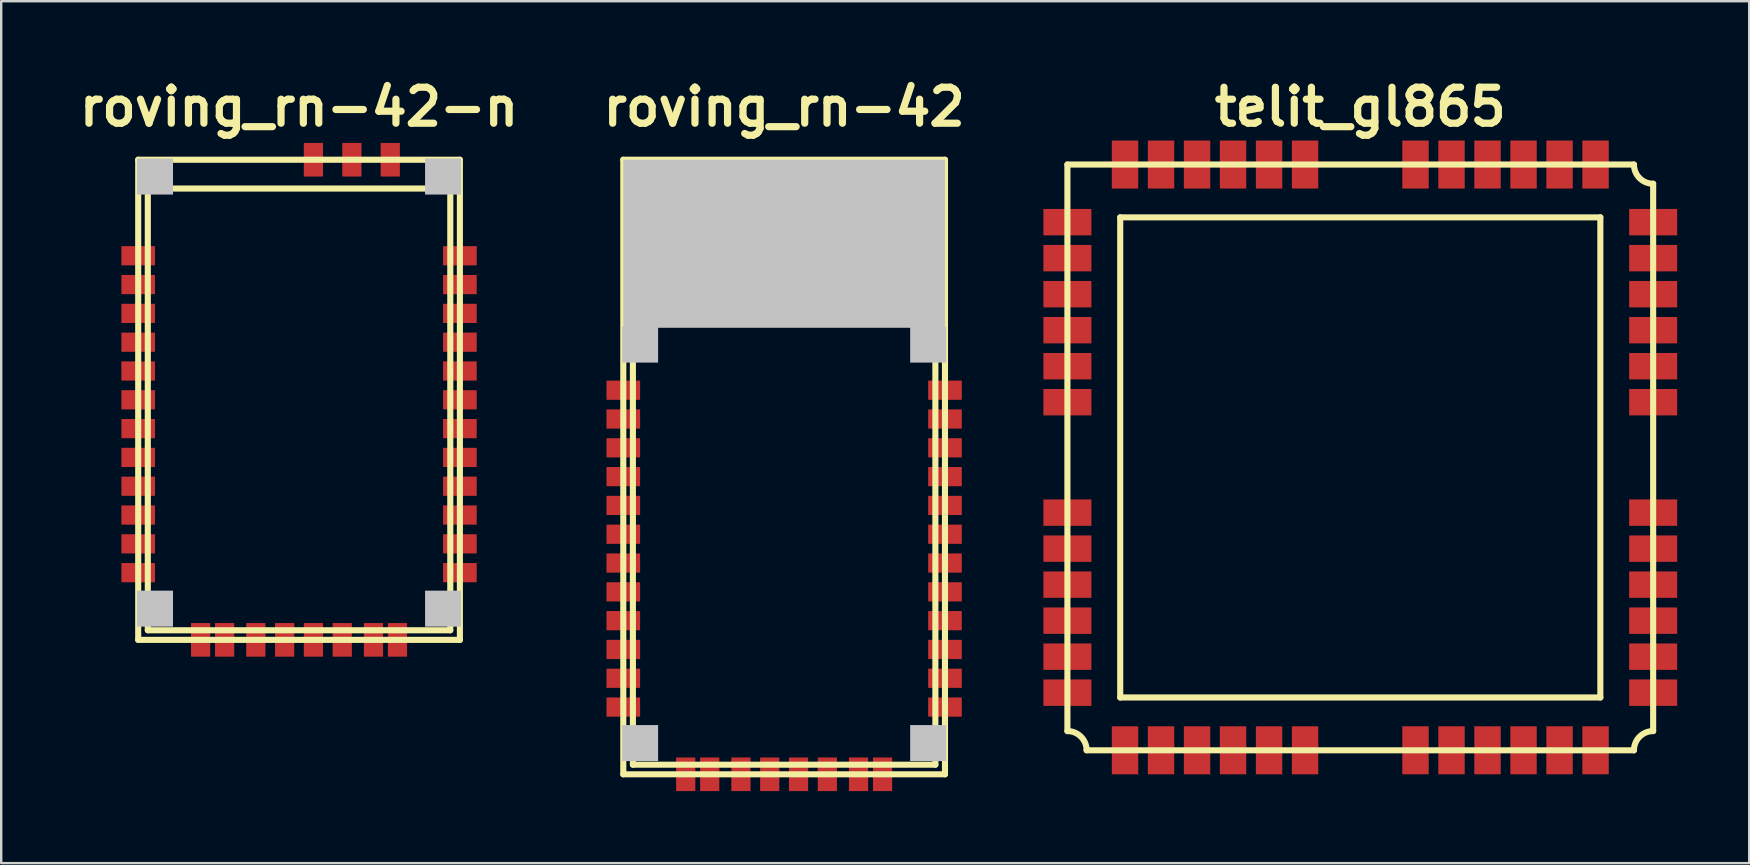
<source format=kicad_pcb>
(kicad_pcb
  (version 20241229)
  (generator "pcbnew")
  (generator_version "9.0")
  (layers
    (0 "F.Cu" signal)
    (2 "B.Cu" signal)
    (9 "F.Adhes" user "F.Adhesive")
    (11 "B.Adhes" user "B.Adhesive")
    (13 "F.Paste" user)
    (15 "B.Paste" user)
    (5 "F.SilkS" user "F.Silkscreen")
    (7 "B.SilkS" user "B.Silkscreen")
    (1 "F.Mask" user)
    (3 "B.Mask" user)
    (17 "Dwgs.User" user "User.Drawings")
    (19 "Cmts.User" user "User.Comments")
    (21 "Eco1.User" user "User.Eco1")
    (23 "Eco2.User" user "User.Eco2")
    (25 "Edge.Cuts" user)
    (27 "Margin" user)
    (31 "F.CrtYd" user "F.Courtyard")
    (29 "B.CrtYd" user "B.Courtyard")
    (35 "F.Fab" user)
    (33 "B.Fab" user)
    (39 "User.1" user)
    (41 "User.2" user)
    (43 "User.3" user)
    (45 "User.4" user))
  (footprint "roving_rn-42-n"
    (layer "F.Cu")
    (at 9.407 13.604)
    (property "Reference" "roving_rn-42-n" (at 0 -12.2 0) (layer "F.SilkS") (effects (font (size 1.5 1.5) (thickness 0.3))))
    (attr smd)
    (fp_line (start -6.7 -10) (end -6.7 10) (stroke (width 0.254) (type solid)) (layer "F.SilkS"))
    (fp_line (start -6.7 -10) (end 6.7 -10) (stroke (width 0.254) (type solid)) (layer "F.SilkS"))
    (fp_line (start -6.7 10) (end 6.7 10) (stroke (width 0.254) (type solid)) (layer "F.SilkS"))
    (fp_line (start -6.3 -8.8) (end -6.3 9.6) (stroke (width 0.254) (type solid)) (layer "F.SilkS"))
    (fp_line (start -6.3 -8.8) (end 6.3 -8.8) (stroke (width 0.254) (type solid)) (layer "F.SilkS"))
    (fp_line (start -6.3 9.6) (end 6.3 9.6) (stroke (width 0.254) (type solid)) (layer "F.SilkS"))
    (fp_line (start 6.3 -8.8) (end 6.3 9.6) (stroke (width 0.254) (type solid)) (layer "F.SilkS"))
    (fp_line (start 6.7 -10) (end 6.7 10) (stroke (width 0.254) (type solid)) (layer "F.SilkS"))
    (pad "" smd rect (at -6 -9.3) (size 1.5 1.5) (layers "Dwgs.User"))
    (pad "" smd rect (at -6 8.7) (size 1.5 1.5) (layers "Dwgs.User"))
    (pad "" smd rect (at 6 -9.3) (size 1.5 1.5) (layers "Dwgs.User"))
    (pad "" smd rect (at 6 8.7) (size 1.5 1.5) (layers "Dwgs.User"))
    (pad "1" smd rect (at -6.7 -6) (size 1.4 0.8) (layers "F.Cu" "F.Mask" "F.Paste"))
    (pad "2" smd rect (at -6.7 -4.8) (size 1.4 0.8) (layers "F.Cu" "F.Mask" "F.Paste"))
    (pad "3" smd rect (at -6.7 -3.6) (size 1.4 0.8) (layers "F.Cu" "F.Mask" "F.Paste"))
    (pad "4" smd rect (at -6.7 -2.4) (size 1.4 0.8) (layers "F.Cu" "F.Mask" "F.Paste"))
    (pad "5" smd rect (at -6.7 -1.2) (size 1.4 0.8) (layers "F.Cu" "F.Mask" "F.Paste"))
    (pad "6" smd rect (at -6.7 0) (size 1.4 0.8) (layers "F.Cu" "F.Mask" "F.Paste"))
    (pad "7" smd rect (at -6.7 1.2) (size 1.4 0.8) (layers "F.Cu" "F.Mask" "F.Paste"))
    (pad "8" smd rect (at -6.7 2.4) (size 1.4 0.8) (layers "F.Cu" "F.Mask" "F.Paste"))
    (pad "9" smd rect (at -6.7 3.6) (size 1.4 0.8) (layers "F.Cu" "F.Mask" "F.Paste"))
    (pad "10" smd rect (at -6.7 4.8) (size 1.4 0.8) (layers "F.Cu" "F.Mask" "F.Paste"))
    (pad "11" smd rect (at -6.7 6) (size 1.4 0.8) (layers "F.Cu" "F.Mask" "F.Paste"))
    (pad "12" smd rect (at -6.7 7.2) (size 1.4 0.8) (layers "F.Cu" "F.Mask" "F.Paste"))
    (pad "13" smd rect (at 6.7 7.2) (size 1.4 0.8) (layers "F.Cu" "F.Mask" "F.Paste"))
    (pad "14" smd rect (at 6.7 6) (size 1.4 0.8) (layers "F.Cu" "F.Mask" "F.Paste"))
    (pad "15" smd rect (at 6.7 4.8) (size 1.4 0.8) (layers "F.Cu" "F.Mask" "F.Paste"))
    (pad "16" smd rect (at 6.7 3.6) (size 1.4 0.8) (layers "F.Cu" "F.Mask" "F.Paste"))
    (pad "17" smd rect (at 6.7 2.4) (size 1.4 0.8) (layers "F.Cu" "F.Mask" "F.Paste"))
    (pad "18" smd rect (at 6.7 1.2) (size 1.4 0.8) (layers "F.Cu" "F.Mask" "F.Paste"))
    (pad "19" smd rect (at 6.7 0) (size 1.4 0.8) (layers "F.Cu" "F.Mask" "F.Paste"))
    (pad "20" smd rect (at 6.7 -1.2) (size 1.4 0.8) (layers "F.Cu" "F.Mask" "F.Paste"))
    (pad "21" smd rect (at 6.7 -2.4) (size 1.4 0.8) (layers "F.Cu" "F.Mask" "F.Paste"))
    (pad "22" smd rect (at 6.7 -3.6) (size 1.4 0.8) (layers "F.Cu" "F.Mask" "F.Paste"))
    (pad "23" smd rect (at 6.7 -4.8) (size 1.4 0.8) (layers "F.Cu" "F.Mask" "F.Paste"))
    (pad "24" smd rect (at 6.7 -6) (size 1.4 0.8) (layers "F.Cu" "F.Mask" "F.Paste"))
    (pad "25" smd rect (at 3.8 -10) (size 0.8 1.4) (layers "F.Cu" "F.Mask" "F.Paste"))
    (pad "26" smd rect (at 2.2 -10) (size 0.8 1.4) (layers "F.Cu" "F.Mask" "F.Paste"))
    (pad "27" smd rect (at 0.6 -10) (size 0.8 1.4) (layers "F.Cu" "F.Mask" "F.Paste"))
    (pad "28" smd rect (at 3.1 10) (size 0.8 1.4) (layers "F.Cu" "F.Mask" "F.Paste"))
    (pad "29" smd rect (at -3.1 10) (size 0.8 1.4) (layers "F.Cu" "F.Mask" "F.Paste"))
    (pad "30" smd rect (at 4.1 10) (size 0.8 1.4) (layers "F.Cu" "F.Mask" "F.Paste"))
    (pad "31" smd rect (at 1.8 10) (size 0.8 1.4) (layers "F.Cu" "F.Mask" "F.Paste"))
    (pad "32" smd rect (at 0.6 10) (size 0.8 1.4) (layers "F.Cu" "F.Mask" "F.Paste"))
    (pad "33" smd rect (at -0.6 10) (size 0.8 1.4) (layers "F.Cu" "F.Mask" "F.Paste"))
    (pad "34" smd rect (at -1.8 10) (size 0.8 1.4) (layers "F.Cu" "F.Mask" "F.Paste"))
    (pad "35" smd rect (at -4.1 10) (size 0.8 1.4) (layers "F.Cu" "F.Mask" "F.Paste")))
  (footprint "roving_rn-42"
    (layer "F.Cu")
    (at 29.614 16.404)
    (property "Reference" "roving_rn-42" (at 0 -15 0) (layer "F.SilkS") (effects (font (size 1.5 1.5) (thickness 0.3))))
    (attr smd)
    (fp_line (start -6.7 -12.8) (end -6.7 12.8) (stroke (width 0.254) (type solid)) (layer "F.SilkS"))
    (fp_line (start -6.7 -12.8) (end 6.7 -12.8) (stroke (width 0.254) (type solid)) (layer "F.SilkS"))
    (fp_line (start -6.7 12.8) (end 6.7 12.8) (stroke (width 0.254) (type solid)) (layer "F.SilkS"))
    (fp_line (start -6.3 -6) (end -6.3 12.4) (stroke (width 0.254) (type solid)) (layer "F.SilkS"))
    (fp_line (start -6.3 -6) (end 6.3 -6) (stroke (width 0.254) (type solid)) (layer "F.SilkS"))
    (fp_line (start -6.3 12.4) (end 6.3 12.4) (stroke (width 0.254) (type solid)) (layer "F.SilkS"))
    (fp_line (start -4 -12) (end -6 -12) (stroke (width 0.254) (type solid)) (layer "F.SilkS"))
    (fp_line (start -4 -12) (end -4 -7.8) (stroke (width 0.254) (type solid)) (layer "F.SilkS"))
    (fp_line (start -2.9 -12) (end -2.9 -7.8) (stroke (width 0.254) (type solid)) (layer "F.SilkS"))
    (fp_line (start -2.9 -7.8) (end -4 -7.8) (stroke (width 0.254) (type solid)) (layer "F.SilkS"))
    (fp_line (start -1.8 -12) (end -2.9 -12) (stroke (width 0.254) (type solid)) (layer "F.SilkS"))
    (fp_line (start -1.8 -12) (end -1.8 -7.8) (stroke (width 0.254) (type solid)) (layer "F.SilkS"))
    (fp_line (start -0.7 -12) (end -0.7 -7.8) (stroke (width 0.254) (type solid)) (layer "F.SilkS"))
    (fp_line (start -0.7 -7.8) (end -1.8 -7.8) (stroke (width 0.254) (type solid)) (layer "F.SilkS"))
    (fp_line (start 0.4 -12) (end -0.7 -12) (stroke (width 0.254) (type solid)) (layer "F.SilkS"))
    (fp_line (start 0.4 -12) (end 0.4 -7.8) (stroke (width 0.254) (type solid)) (layer "F.SilkS"))
    (fp_line (start 1.5 -12) (end 1.5 -7.8) (stroke (width 0.254) (type solid)) (layer "F.SilkS"))
    (fp_line (start 1.5 -7.8) (end 0.4 -7.8) (stroke (width 0.254) (type solid)) (layer "F.SilkS"))
    (fp_line (start 2.6 -12) (end 1.5 -12) (stroke (width 0.254) (type solid)) (layer "F.SilkS"))
    (fp_line (start 2.6 -12) (end 2.6 -7.8) (stroke (width 0.254) (type solid)) (layer "F.SilkS"))
    (fp_line (start 3.7 -12) (end 3.7 -7.8) (stroke (width 0.254) (type solid)) (layer "F.SilkS"))
    (fp_line (start 3.7 -7.8) (end 2.6 -7.8) (stroke (width 0.254) (type solid)) (layer "F.SilkS"))
    (fp_line (start 4.8 -12) (end 3.7 -12) (stroke (width 0.254) (type solid)) (layer "F.SilkS"))
    (fp_line (start 4.8 -6) (end 4.8 -12) (stroke (width 0.254) (type solid)) (layer "F.SilkS"))
    (fp_line (start 6.3 -6) (end 6.3 12.4) (stroke (width 0.254) (type solid)) (layer "F.SilkS"))
    (fp_line (start 6.7 -12.8) (end 6.7 12.8) (stroke (width 0.254) (type solid)) (layer "F.SilkS"))
    (pad "" smd rect (at -6 -5.1) (size 1.5 1.5) (layers "Dwgs.User"))
    (pad "" smd rect (at -6 11.5) (size 1.5 1.5) (layers "Dwgs.User"))
    (pad "" smd rect (at 0 -9.3) (size 13.4 7) (layers "Dwgs.User"))
    (pad "" smd rect (at 6 -5.1) (size 1.5 1.5) (layers "Dwgs.User"))
    (pad "" smd rect (at 6 11.5) (size 1.5 1.5) (layers "Dwgs.User"))
    (pad "1" smd rect (at -6.7 -3.2) (size 1.4 0.8) (layers "F.Cu" "F.Mask" "F.Paste"))
    (pad "2" smd rect (at -6.7 -2) (size 1.4 0.8) (layers "F.Cu" "F.Mask" "F.Paste"))
    (pad "3" smd rect (at -6.7 -0.8) (size 1.4 0.8) (layers "F.Cu" "F.Mask" "F.Paste"))
    (pad "4" smd rect (at -6.7 0.4) (size 1.4 0.8) (layers "F.Cu" "F.Mask" "F.Paste"))
    (pad "5" smd rect (at -6.7 1.6) (size 1.4 0.8) (layers "F.Cu" "F.Mask" "F.Paste"))
    (pad "6" smd rect (at -6.7 2.8) (size 1.4 0.8) (layers "F.Cu" "F.Mask" "F.Paste"))
    (pad "7" smd rect (at -6.7 4) (size 1.4 0.8) (layers "F.Cu" "F.Mask" "F.Paste"))
    (pad "8" smd rect (at -6.7 5.2) (size 1.4 0.8) (layers "F.Cu" "F.Mask" "F.Paste"))
    (pad "9" smd rect (at -6.7 6.4) (size 1.4 0.8) (layers "F.Cu" "F.Mask" "F.Paste"))
    (pad "10" smd rect (at -6.7 7.6) (size 1.4 0.8) (layers "F.Cu" "F.Mask" "F.Paste"))
    (pad "11" smd rect (at -6.7 8.8) (size 1.4 0.8) (layers "F.Cu" "F.Mask" "F.Paste"))
    (pad "12" smd rect (at -6.7 10) (size 1.4 0.8) (layers "F.Cu" "F.Mask" "F.Paste"))
    (pad "13" smd rect (at 6.7 10) (size 1.4 0.8) (layers "F.Cu" "F.Mask" "F.Paste"))
    (pad "14" smd rect (at 6.7 8.8) (size 1.4 0.8) (layers "F.Cu" "F.Mask" "F.Paste"))
    (pad "15" smd rect (at 6.7 7.6) (size 1.4 0.8) (layers "F.Cu" "F.Mask" "F.Paste"))
    (pad "16" smd rect (at 6.7 6.4) (size 1.4 0.8) (layers "F.Cu" "F.Mask" "F.Paste"))
    (pad "17" smd rect (at 6.7 5.2) (size 1.4 0.8) (layers "F.Cu" "F.Mask" "F.Paste"))
    (pad "18" smd rect (at 6.7 4) (size 1.4 0.8) (layers "F.Cu" "F.Mask" "F.Paste"))
    (pad "19" smd rect (at 6.7 2.8) (size 1.4 0.8) (layers "F.Cu" "F.Mask" "F.Paste"))
    (pad "20" smd rect (at 6.7 1.6) (size 1.4 0.8) (layers "F.Cu" "F.Mask" "F.Paste"))
    (pad "21" smd rect (at 6.7 0.4) (size 1.4 0.8) (layers "F.Cu" "F.Mask" "F.Paste"))
    (pad "22" smd rect (at 6.7 -0.8) (size 1.4 0.8) (layers "F.Cu" "F.Mask" "F.Paste"))
    (pad "23" smd rect (at 6.7 -2) (size 1.4 0.8) (layers "F.Cu" "F.Mask" "F.Paste"))
    (pad "24" smd rect (at 6.7 -3.2) (size 1.4 0.8) (layers "F.Cu" "F.Mask" "F.Paste"))
    (pad "28" smd rect (at 3.1 12.8) (size 0.8 1.4) (layers "F.Cu" "F.Mask" "F.Paste"))
    (pad "29" smd rect (at -3.1 12.8) (size 0.8 1.4) (layers "F.Cu" "F.Mask" "F.Paste"))
    (pad "30" smd rect (at 4.1 12.8) (size 0.8 1.4) (layers "F.Cu" "F.Mask" "F.Paste"))
    (pad "31" smd rect (at 1.8 12.8) (size 0.8 1.4) (layers "F.Cu" "F.Mask" "F.Paste"))
    (pad "32" smd rect (at 0.6 12.8) (size 0.8 1.4) (layers "F.Cu" "F.Mask" "F.Paste"))
    (pad "33" smd rect (at -0.6 12.8) (size 0.8 1.4) (layers "F.Cu" "F.Mask" "F.Paste"))
    (pad "34" smd rect (at -1.8 12.8) (size 0.8 1.4) (layers "F.Cu" "F.Mask" "F.Paste"))
    (pad "35" smd rect (at -4.1 12.8) (size 0.8 1.4) (layers "F.Cu" "F.Mask" "F.Paste")))
  (footprint "telit_gl865"
    (layer "F.Cu")
    (at 53.614 16.004)
    (property "Reference" "telit_gl865" (at 0 -14.6 0) (layer "F.SilkS") (effects (font (size 1.5 1.5) (thickness 0.3))))
    (attr smd)
    (fp_line (start -12.2 -12.2) (end 11.4 -12.2) (stroke (width 0.254) (type solid)) (layer "F.SilkS"))
    (fp_line (start -12.2 11.4) (end -12.2 -12.2) (stroke (width 0.254) (type solid)) (layer "F.SilkS"))
    (fp_line (start -10 -10) (end 10 -10) (stroke (width 0.254) (type solid)) (layer "F.SilkS"))
    (fp_line (start -10 10) (end -10 -10) (stroke (width 0.254) (type solid)) (layer "F.SilkS"))
    (fp_line (start 10 -10) (end 10 10) (stroke (width 0.254) (type solid)) (layer "F.SilkS"))
    (fp_line (start 10 10) (end -10 10) (stroke (width 0.254) (type solid)) (layer "F.SilkS"))
    (fp_line (start 11.4 12.2) (end -11.4 12.2) (stroke (width 0.254) (type solid)) (layer "F.SilkS"))
    (fp_line (start 12.2 -11.4) (end 12.2 11.4) (stroke (width 0.254) (type solid)) (layer "F.SilkS"))
    (fp_arc (start -12.2 11.4) (mid -11.634315 11.634315) (end -11.4 12.2) (stroke (width 0.254) (type solid)) (layer "F.SilkS"))
    (fp_arc (start 11.4 12.2) (mid 11.634315 11.634315) (end 12.2 11.4) (stroke (width 0.254) (type solid)) (layer "F.SilkS"))
    (fp_arc (start 12.2 -11.4) (mid 11.634315 -11.634315) (end 11.4 -12.2) (stroke (width 0.254) (type solid)) (layer "F.SilkS"))
    (pad "1" smd rect (at -12.2 -9.8) (size 2 1.1) (layers "F.Cu" "F.Mask" "F.Paste"))
    (pad "2" smd rect (at -12.2 -8.3) (size 2 1.1) (layers "F.Cu" "F.Mask" "F.Paste"))
    (pad "3" smd rect (at -12.2 -6.8) (size 2 1.1) (layers "F.Cu" "F.Mask" "F.Paste"))
    (pad "4" smd rect (at -12.2 -5.3) (size 2 1.1) (layers "F.Cu" "F.Mask" "F.Paste"))
    (pad "5" smd rect (at -12.2 -3.8) (size 2 1.1) (layers "F.Cu" "F.Mask" "F.Paste"))
    (pad "6" smd rect (at -12.2 -2.3) (size 2 1.1) (layers "F.Cu" "F.Mask" "F.Paste"))
    (pad "7" smd rect (at -12.2 2.3) (size 2 1.1) (layers "F.Cu" "F.Mask" "F.Paste"))
    (pad "8" smd rect (at -12.2 3.8) (size 2 1.1) (layers "F.Cu" "F.Mask" "F.Paste"))
    (pad "9" smd rect (at -12.2 5.3) (size 2 1.1) (layers "F.Cu" "F.Mask" "F.Paste"))
    (pad "10" smd rect (at -12.2 6.8) (size 2 1.1) (layers "F.Cu" "F.Mask" "F.Paste"))
    (pad "11" smd rect (at -12.2 8.3) (size 2 1.1) (layers "F.Cu" "F.Mask" "F.Paste"))
    (pad "12" smd rect (at -12.2 9.8) (size 2 1.1) (layers "F.Cu" "F.Mask" "F.Paste"))
    (pad "13" smd rect (at -9.8 12.2) (size 1.1 2) (layers "F.Cu" "F.Mask" "F.Paste"))
    (pad "14" smd rect (at -8.3 12.2) (size 1.1 2) (layers "F.Cu" "F.Mask" "F.Paste"))
    (pad "15" smd rect (at -6.8 12.2) (size 1.1 2) (layers "F.Cu" "F.Mask" "F.Paste"))
    (pad "16" smd rect (at -5.3 12.2) (size 1.1 2) (layers "F.Cu" "F.Mask" "F.Paste"))
    (pad "17" smd rect (at -3.8 12.2) (size 1.1 2) (layers "F.Cu" "F.Mask" "F.Paste"))
    (pad "18" smd rect (at -2.3 12.2) (size 1.1 2) (layers "F.Cu" "F.Mask" "F.Paste"))
    (pad "19" smd rect (at 2.3 12.2) (size 1.1 2) (layers "F.Cu" "F.Mask" "F.Paste"))
    (pad "20" smd rect (at 3.8 12.2) (size 1.1 2) (layers "F.Cu" "F.Mask" "F.Paste"))
    (pad "21" smd rect (at 5.3 12.2) (size 1.1 2) (layers "F.Cu" "F.Mask" "F.Paste"))
    (pad "22" smd rect (at 6.8 12.2) (size 1.1 2) (layers "F.Cu" "F.Mask" "F.Paste"))
    (pad "23" smd rect (at 8.3 12.2) (size 1.1 2) (layers "F.Cu" "F.Mask" "F.Paste"))
    (pad "24" smd rect (at 9.8 12.2) (size 1.1 2) (layers "F.Cu" "F.Mask" "F.Paste"))
    (pad "25" smd rect (at 12.2 9.8) (size 2 1.1) (layers "F.Cu" "F.Mask" "F.Paste"))
    (pad "26" smd rect (at 12.2 8.3) (size 2 1.1) (layers "F.Cu" "F.Mask" "F.Paste"))
    (pad "27" smd rect (at 12.2 6.8) (size 2 1.1) (layers "F.Cu" "F.Mask" "F.Paste"))
    (pad "28" smd rect (at 12.2 5.3) (size 2 1.1) (layers "F.Cu" "F.Mask" "F.Paste"))
    (pad "29" smd rect (at 12.2 3.8) (size 2 1.1) (layers "F.Cu" "F.Mask" "F.Paste"))
    (pad "30" smd rect (at 12.2 2.3) (size 2 1.1) (layers "F.Cu" "F.Mask" "F.Paste"))
    (pad "31" smd rect (at 12.2 -2.3) (size 2 1.1) (layers "F.Cu" "F.Mask" "F.Paste"))
    (pad "32" smd rect (at 12.2 -3.8) (size 2 1.1) (layers "F.Cu" "F.Mask" "F.Paste"))
    (pad "33" smd rect (at 12.2 -5.3) (size 2 1.1) (layers "F.Cu" "F.Mask" "F.Paste"))
    (pad "34" smd rect (at 12.2 -6.8) (size 2 1.1) (layers "F.Cu" "F.Mask" "F.Paste"))
    (pad "35" smd rect (at 12.2 -8.3) (size 2 1.1) (layers "F.Cu" "F.Mask" "F.Paste"))
    (pad "36" smd rect (at 12.2 -9.8) (size 2 1.1) (layers "F.Cu" "F.Mask" "F.Paste"))
    (pad "37" smd rect (at 9.8 -12.2) (size 1.1 2) (layers "F.Cu" "F.Mask" "F.Paste"))
    (pad "38" smd rect (at 8.3 -12.2) (size 1.1 2) (layers "F.Cu" "F.Mask" "F.Paste"))
    (pad "39" smd rect (at 6.8 -12.2) (size 1.1 2) (layers "F.Cu" "F.Mask" "F.Paste"))
    (pad "40" smd rect (at 5.3 -12.2) (size 1.1 2) (layers "F.Cu" "F.Mask" "F.Paste"))
    (pad "41" smd rect (at 3.8 -12.2) (size 1.1 2) (layers "F.Cu" "F.Mask" "F.Paste"))
    (pad "42" smd rect (at 2.3 -12.2) (size 1.1 2) (layers "F.Cu" "F.Mask" "F.Paste"))
    (pad "43" smd rect (at -2.3 -12.2) (size 1.1 2) (layers "F.Cu" "F.Mask" "F.Paste"))
    (pad "44" smd rect (at -3.8 -12.2) (size 1.1 2) (layers "F.Cu" "F.Mask" "F.Paste"))
    (pad "45" smd rect (at -5.3 -12.2) (size 1.1 2) (layers "F.Cu" "F.Mask" "F.Paste"))
    (pad "46" smd rect (at -6.8 -12.2) (size 1.1 2) (layers "F.Cu" "F.Mask" "F.Paste"))
    (pad "47" smd rect (at -8.3 -12.2) (size 1.1 2) (layers "F.Cu" "F.Mask" "F.Paste"))
    (pad "48" smd rect (at -9.8 -12.2) (size 1.1 2) (layers "F.Cu" "F.Mask" "F.Paste")))
  (gr_rect
    (start -3 -3)
    (end 69.814 32.904)
    (stroke (width 0.1) (type default))
    (fill no)
    (layer "Edge.Cuts")))
</source>
